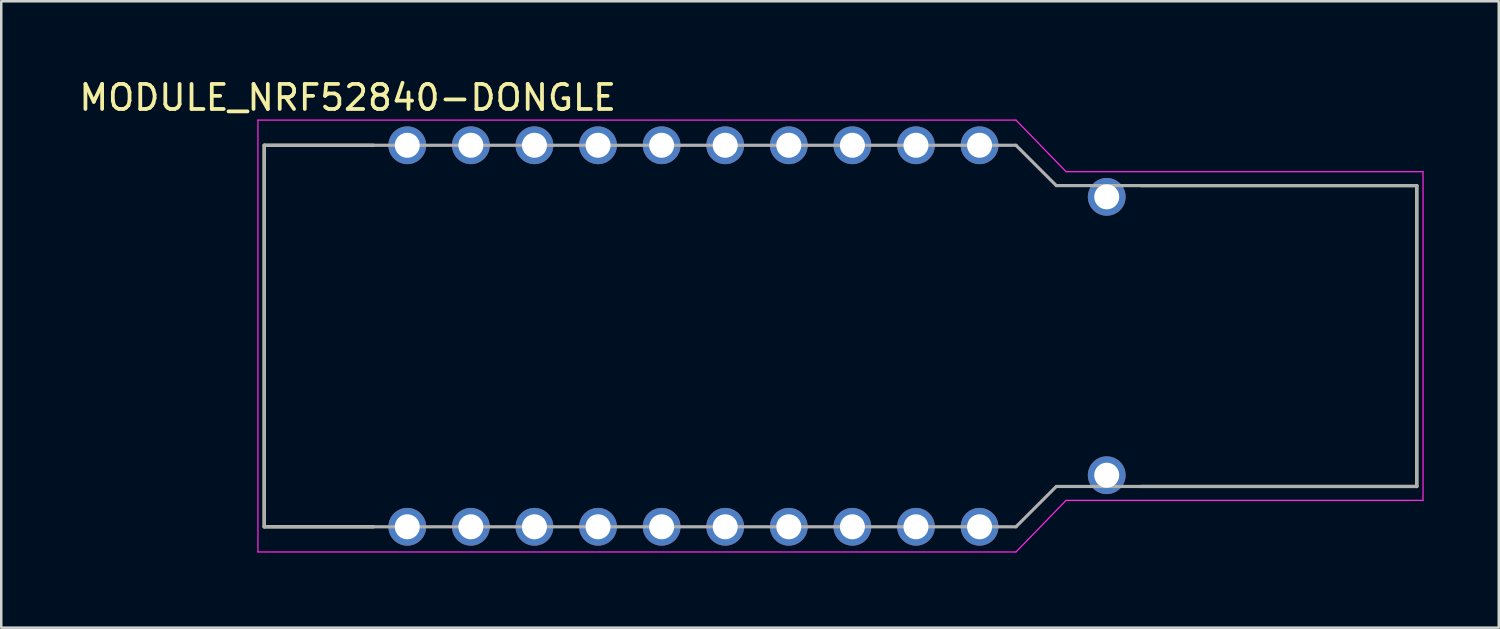
<source format=kicad_pcb>
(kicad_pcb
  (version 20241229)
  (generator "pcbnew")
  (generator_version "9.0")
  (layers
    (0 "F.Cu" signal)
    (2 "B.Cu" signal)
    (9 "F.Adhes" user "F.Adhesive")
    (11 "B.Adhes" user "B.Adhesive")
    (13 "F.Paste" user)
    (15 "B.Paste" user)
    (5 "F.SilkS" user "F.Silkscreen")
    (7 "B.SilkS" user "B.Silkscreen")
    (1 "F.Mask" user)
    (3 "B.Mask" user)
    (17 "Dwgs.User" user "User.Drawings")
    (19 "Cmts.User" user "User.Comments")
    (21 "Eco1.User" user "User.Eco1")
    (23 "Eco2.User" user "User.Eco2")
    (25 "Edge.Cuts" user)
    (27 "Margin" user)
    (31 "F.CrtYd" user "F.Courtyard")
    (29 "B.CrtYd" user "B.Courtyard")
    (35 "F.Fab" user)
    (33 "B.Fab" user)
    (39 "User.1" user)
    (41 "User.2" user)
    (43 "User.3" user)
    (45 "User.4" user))
  (footprint "MODULE_NRF52840-DONGLE"
    (layer "F.Cu")
    (at 30.524 10.373)
    (property "Reference" "MODULE_NRF52840-DONGLE" (at -19.685 -9.525 0) (layer "F.SilkS") (effects (font (size 1 1) (thickness 0.15))))
    (attr through_hole)
    (fp_line (start -23.02 -7.62) (end -23.02 7.62) (stroke (width 0.127) (type solid)) (layer "F.SilkS"))
    (fp_line (start -23.02 7.62) (end -18.65 7.62) (stroke (width 0.127) (type solid)) (layer "F.SilkS"))
    (fp_line (start -18.65 -7.62) (end -23.02 -7.62) (stroke (width 0.127) (type solid)) (layer "F.SilkS"))
    (fp_line (start 12 -6.01) (end 23.02 -6.01) (stroke (width 0.127) (type solid)) (layer "F.SilkS"))
    (fp_line (start 23.02 -6.01) (end 23.02 6.01) (stroke (width 0.127) (type solid)) (layer "F.SilkS"))
    (fp_line (start 23.02 6.01) (end 12 6.01) (stroke (width 0.127) (type solid)) (layer "F.SilkS"))
    (fp_line (start -23.27 -8.625) (end 7.01 -8.625) (stroke (width 0.05) (type solid)) (layer "F.CrtYd"))
    (fp_line (start -23.27 8.625) (end -23.27 -8.625) (stroke (width 0.05) (type solid)) (layer "F.CrtYd"))
    (fp_line (start 7.01 -8.625) (end 9.01 -6.565) (stroke (width 0.05) (type solid)) (layer "F.CrtYd"))
    (fp_line (start 7.01 8.625) (end -23.27 8.625) (stroke (width 0.05) (type solid)) (layer "F.CrtYd"))
    (fp_line (start 9.01 -6.565) (end 23.27 -6.565) (stroke (width 0.05) (type solid)) (layer "F.CrtYd"))
    (fp_line (start 9.01 6.565) (end 7.01 8.625) (stroke (width 0.05) (type solid)) (layer "F.CrtYd"))
    (fp_line (start 23.27 -6.565) (end 23.27 6.565) (stroke (width 0.05) (type solid)) (layer "F.CrtYd"))
    (fp_line (start 23.27 6.565) (end 9.01 6.565) (stroke (width 0.05) (type solid)) (layer "F.CrtYd"))
    (fp_line (start -23.02 -7.62) (end 7.01 -7.62) (stroke (width 0.127) (type solid)) (layer "F.Fab"))
    (fp_line (start -23.02 7.62) (end -23.02 -7.62) (stroke (width 0.127) (type solid)) (layer "F.Fab"))
    (fp_line (start 7.01 7.62) (end -23.02 7.62) (stroke (width 0.127) (type solid)) (layer "F.Fab"))
    (fp_line (start 8.62 -6.01) (end 7.01 -7.62) (stroke (width 0.127) (type solid)) (layer "F.Fab"))
    (fp_line (start 8.62 6.01) (end 7.01 7.62) (stroke (width 0.127) (type solid)) (layer "F.Fab"))
    (fp_line (start 23.02 -6.01) (end 8.62 -6.01) (stroke (width 0.127) (type solid)) (layer "F.Fab"))
    (fp_line (start 23.02 -6.01) (end 23.02 6.01) (stroke (width 0.127) (type solid)) (layer "F.Fab"))
    (fp_line (start 23.02 6.01) (end 8.62 6.01) (stroke (width 0.127) (type solid)) (layer "F.Fab"))
    (pad "0.02" thru_hole circle (at -7.145 7.62) (size 1.508 1.508) (drill 1) (layers "*.Cu" "*.Mask"))
    (pad "0.09" thru_hole circle (at -12.225 -7.62) (size 1.508 1.508) (drill 1) (layers "*.Cu" "*.Mask"))
    (pad "0.10" thru_hole circle (at -14.765 -7.62) (size 1.508 1.508) (drill 1) (layers "*.Cu" "*.Mask"))
    (pad "0.13" thru_hole circle (at 5.555 -7.62) (size 1.508 1.508) (drill 1) (layers "*.Cu" "*.Mask"))
    (pad "0.15" thru_hole circle (at 3.015 -7.62) (size 1.508 1.508) (drill 1) (layers "*.Cu" "*.Mask"))
    (pad "0.17" thru_hole circle (at 0.475 -7.62) (size 1.508 1.508) (drill 1) (layers "*.Cu" "*.Mask"))
    (pad "0.20" thru_hole circle (at -2.065 -7.62) (size 1.508 1.508) (drill 1) (layers "*.Cu" "*.Mask"))
    (pad "0.22" thru_hole circle (at -4.605 -7.62) (size 1.508 1.508) (drill 1) (layers "*.Cu" "*.Mask"))
    (pad "0.24" thru_hole circle (at -7.145 -7.62) (size 1.508 1.508) (drill 1) (layers "*.Cu" "*.Mask"))
    (pad "0.29" thru_hole circle (at -4.605 7.62) (size 1.508 1.508) (drill 1) (layers "*.Cu" "*.Mask"))
    (pad "0.31" thru_hole circle (at -2.065 7.62) (size 1.508 1.508) (drill 1) (layers "*.Cu" "*.Mask"))
    (pad "1.00" thru_hole circle (at -9.685 -7.62) (size 1.508 1.508) (drill 1) (layers "*.Cu" "*.Mask"))
    (pad "1.10" thru_hole circle (at -14.765 7.62) (size 1.508 1.508) (drill 1) (layers "*.Cu" "*.Mask"))
    (pad "1.13" thru_hole circle (at -12.225 7.62) (size 1.508 1.508) (drill 1) (layers "*.Cu" "*.Mask"))
    (pad "1.15" thru_hole circle (at -9.685 7.62) (size 1.508 1.508) (drill 1) (layers "*.Cu" "*.Mask"))
    (pad "G1" thru_hole circle (at -17.305 -7.62) (size 1.508 1.508) (drill 1) (layers "*.Cu" "*.Mask"))
    (pad "G2" thru_hole circle (at -17.305 7.62) (size 1.508 1.508) (drill 1) (layers "*.Cu" "*.Mask"))
    (pad "G3" thru_hole circle (at 0.475 7.62) (size 1.508 1.508) (drill 1) (layers "*.Cu" "*.Mask"))
    (pad "OUT" thru_hole circle (at 3.015 7.62) (size 1.508 1.508) (drill 1) (layers "*.Cu" "*.Mask"))
    (pad "SWDCLK" thru_hole circle (at 10.635 5.56) (size 1.508 1.508) (drill 1) (layers "*.Cu" "*.Mask"))
    (pad "SWDIO" thru_hole circle (at 10.635 -5.56) (size 1.508 1.508) (drill 1) (layers "*.Cu" "*.Mask"))
    (pad "VBUS" thru_hole circle (at 5.555 7.62) (size 1.508 1.508) (drill 1) (layers "*.Cu" "*.Mask")))
  (gr_rect
    (start -3 -3)
    (end 56.819 22.023)
    (stroke (width 0.1) (type default))
    (fill no)
    (layer "Edge.Cuts")))
</source>
